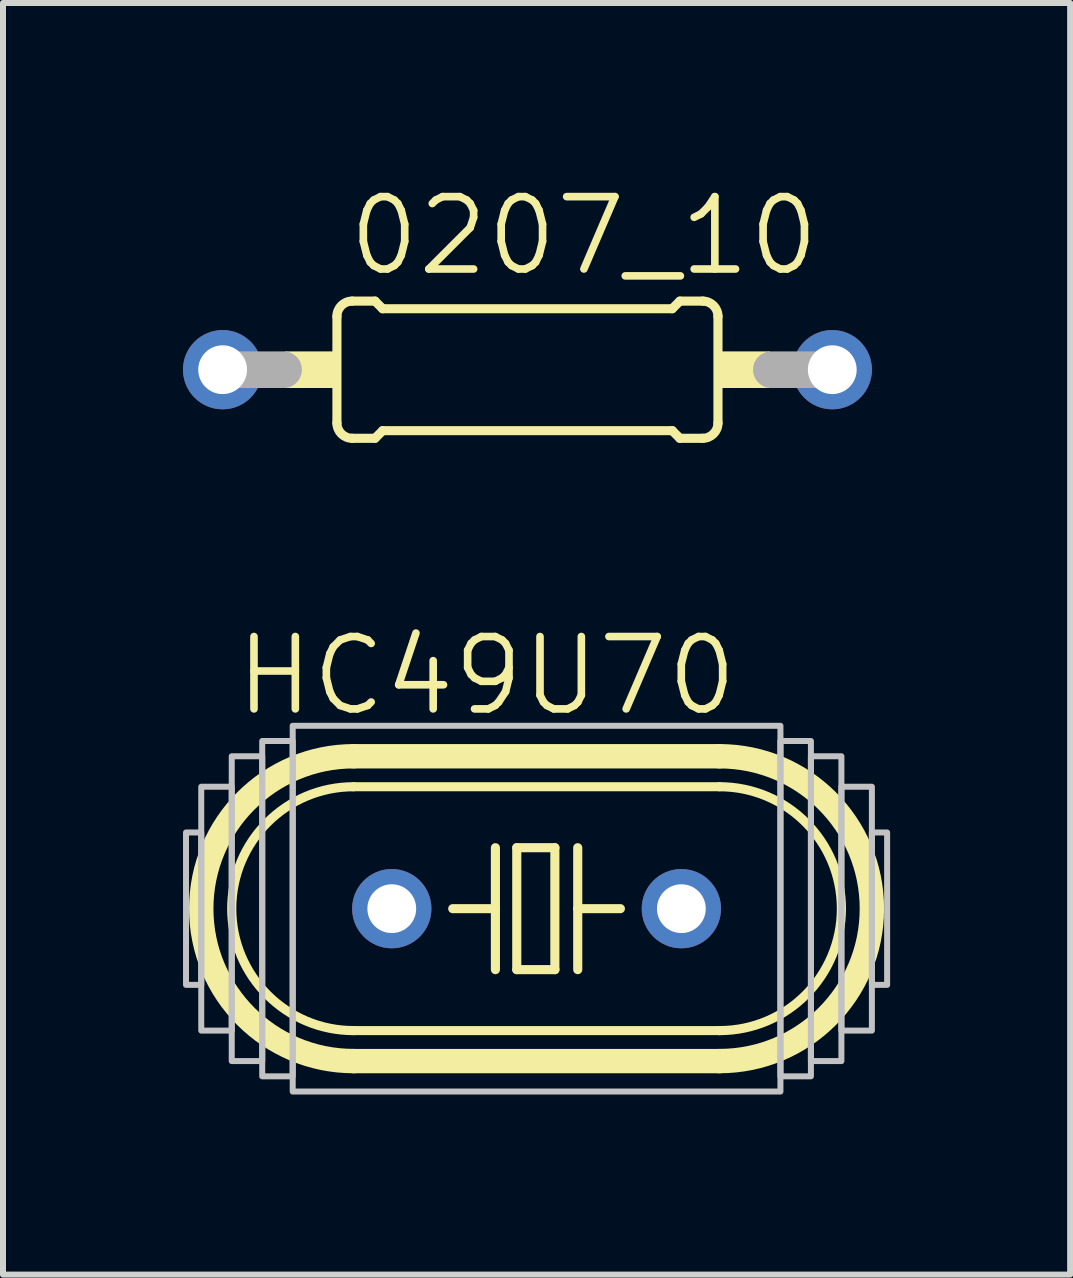
<source format=kicad_pcb>
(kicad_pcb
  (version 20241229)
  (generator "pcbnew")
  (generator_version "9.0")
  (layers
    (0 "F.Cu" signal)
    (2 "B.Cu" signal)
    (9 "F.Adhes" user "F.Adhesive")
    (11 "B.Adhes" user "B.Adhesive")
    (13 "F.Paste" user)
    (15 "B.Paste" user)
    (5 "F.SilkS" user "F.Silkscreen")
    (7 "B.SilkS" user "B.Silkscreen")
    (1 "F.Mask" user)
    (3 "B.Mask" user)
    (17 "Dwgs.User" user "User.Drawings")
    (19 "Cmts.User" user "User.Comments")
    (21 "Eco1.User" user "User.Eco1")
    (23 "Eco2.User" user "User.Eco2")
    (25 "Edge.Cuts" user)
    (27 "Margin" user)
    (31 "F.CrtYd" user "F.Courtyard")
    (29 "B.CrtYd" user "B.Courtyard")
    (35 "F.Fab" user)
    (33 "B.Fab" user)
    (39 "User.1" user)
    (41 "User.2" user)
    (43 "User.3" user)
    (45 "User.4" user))
  (footprint "0207_10"
    (layer "F.Cu")
    (at 5.74 3.111)
    (property "Reference" "0207_10" (at -3.048 -1.524 0) (layer "F.SilkS") (effects (font (size 1.206 1.206) (thickness 0.127)) (justify left bottom)))
    (attr through_hole)
    (fp_line (start -3.175 0.889) (end -3.175 -0.889) (stroke (width 0.152) (type solid)) (layer "F.SilkS"))
    (fp_line (start -2.921 -1.143) (end -2.54 -1.143) (stroke (width 0.152) (type solid)) (layer "F.SilkS"))
    (fp_line (start -2.921 1.143) (end -2.54 1.143) (stroke (width 0.152) (type solid)) (layer "F.SilkS"))
    (fp_line (start -2.413 -1.016) (end -2.54 -1.143) (stroke (width 0.152) (type solid)) (layer "F.SilkS"))
    (fp_line (start -2.413 1.016) (end -2.54 1.143) (stroke (width 0.152) (type solid)) (layer "F.SilkS"))
    (fp_line (start 2.413 -1.016) (end -2.413 -1.016) (stroke (width 0.152) (type solid)) (layer "F.SilkS"))
    (fp_line (start 2.413 -1.016) (end 2.54 -1.143) (stroke (width 0.152) (type solid)) (layer "F.SilkS"))
    (fp_line (start 2.413 1.016) (end -2.413 1.016) (stroke (width 0.152) (type solid)) (layer "F.SilkS"))
    (fp_line (start 2.413 1.016) (end 2.54 1.143) (stroke (width 0.152) (type solid)) (layer "F.SilkS"))
    (fp_line (start 2.921 -1.143) (end 2.54 -1.143) (stroke (width 0.152) (type solid)) (layer "F.SilkS"))
    (fp_line (start 2.921 1.143) (end 2.54 1.143) (stroke (width 0.152) (type solid)) (layer "F.SilkS"))
    (fp_line (start 3.175 0.889) (end 3.175 -0.889) (stroke (width 0.152) (type solid)) (layer "F.SilkS"))
    (fp_arc (start -3.175 -0.889) (mid -3.100605 -1.068605) (end -2.921 -1.143) (stroke (width 0.1524) (type solid)) (layer "F.SilkS"))
    (fp_arc (start -2.921 1.143) (mid -3.100605 1.068605) (end -3.175 0.889) (stroke (width 0.1524) (type solid)) (layer "F.SilkS"))
    (fp_arc (start 2.921 -1.143) (mid 3.100605 -1.068605) (end 3.175 -0.889) (stroke (width 0.1524) (type solid)) (layer "F.SilkS"))
    (fp_arc (start 3.175 0.889) (mid 3.100605 1.068605) (end 2.921 1.143) (stroke (width 0.1524) (type solid)) (layer "F.SilkS"))
    (fp_poly (pts (xy -4.039 0.305) (xy -3.175 0.305) (xy -3.175 -0.305) (xy -4.039 -0.305)) (stroke (width 0) (type solid)) (fill yes) (layer "F.SilkS"))
    (fp_poly (pts (xy 3.175 0.305) (xy 4.039 0.305) (xy 4.039 -0.305) (xy 3.175 -0.305)) (stroke (width 0) (type solid)) (fill yes) (layer "F.SilkS"))
    (fp_line (start -5.08 0) (end -4.064 0) (stroke (width 0.61) (type solid)) (layer "F.Fab"))
    (fp_line (start 5.08 0) (end 4.064 0) (stroke (width 0.61) (type solid)) (layer "F.Fab"))
    (pad "1" thru_hole circle (at -5.08 0) (size 1.321 1.321) (drill 0.813) (layers "*.Cu" "*.Mask"))
    (pad "2" thru_hole circle (at 5.08 0) (size 1.321 1.321) (drill 0.813) (layers "*.Cu" "*.Mask")))
  (footprint "HC49U70"
    (layer "F.Cu")
    (at 5.892 12.093)
    (property "Reference" "HC49U70" (at -5.08 -3.175 0) (layer "F.SilkS") (effects (font (size 1.206 1.206) (thickness 0.127)) (justify left bottom)))
    (attr through_hole)
    (fp_line (start -3.048 -2.54) (end 3.048 -2.54) (stroke (width 0.406) (type solid)) (layer "F.SilkS"))
    (fp_line (start -3.048 2.032) (end 3.048 2.032) (stroke (width 0.152) (type solid)) (layer "F.SilkS"))
    (fp_line (start -3.048 2.54) (end 3.048 2.54) (stroke (width 0.406) (type solid)) (layer "F.SilkS"))
    (fp_line (start -0.686 -1.016) (end -0.686 0) (stroke (width 0.152) (type solid)) (layer "F.SilkS"))
    (fp_line (start -0.686 0) (end -1.397 0) (stroke (width 0.152) (type solid)) (layer "F.SilkS"))
    (fp_line (start -0.686 0) (end -0.686 1.016) (stroke (width 0.152) (type solid)) (layer "F.SilkS"))
    (fp_line (start -0.33 -1.016) (end -0.33 1.016) (stroke (width 0.152) (type solid)) (layer "F.SilkS"))
    (fp_line (start -0.33 1.016) (end 0.305 1.016) (stroke (width 0.152) (type solid)) (layer "F.SilkS"))
    (fp_line (start 0.305 -1.016) (end -0.33 -1.016) (stroke (width 0.152) (type solid)) (layer "F.SilkS"))
    (fp_line (start 0.305 1.016) (end 0.305 -1.016) (stroke (width 0.152) (type solid)) (layer "F.SilkS"))
    (fp_line (start 0.686 -1.016) (end 0.686 0) (stroke (width 0.152) (type solid)) (layer "F.SilkS"))
    (fp_line (start 0.686 0) (end 0.686 1.016) (stroke (width 0.152) (type solid)) (layer "F.SilkS"))
    (fp_line (start 0.686 0) (end 1.397 0) (stroke (width 0.152) (type solid)) (layer "F.SilkS"))
    (fp_line (start 3.048 -2.032) (end -3.048 -2.032) (stroke (width 0.152) (type solid)) (layer "F.SilkS"))
    (fp_arc (start -3.048 2.032) (mid -5.08 0) (end -3.048 -2.032) (stroke (width 0.1524) (type solid)) (layer "F.SilkS"))
    (fp_arc (start -3.048 2.54) (mid -5.588 0) (end -3.048 -2.54) (stroke (width 0.4064) (type solid)) (layer "F.SilkS"))
    (fp_arc (start 3.048 -2.54) (mid 5.588 0) (end 3.048 2.54) (stroke (width 0.4064) (type solid)) (layer "F.SilkS"))
    (fp_arc (start 3.048 -2.032) (mid 5.08 0) (end 3.048 2.032) (stroke (width 0.1524) (type solid)) (layer "F.SilkS"))
    (fp_poly (pts (xy -5.842 1.27) (xy -5.588 1.27) (xy -5.588 -1.27) (xy -5.842 -1.27)) (stroke (width 0.1) (type solid)) (fill no) (layer "Dwgs.User"))
    (fp_poly (pts (xy -5.588 2.032) (xy -5.08 2.032) (xy -5.08 -2.032) (xy -5.588 -2.032)) (stroke (width 0.1) (type solid)) (fill no) (layer "Dwgs.User"))
    (fp_poly (pts (xy -5.08 2.54) (xy -4.572 2.54) (xy -4.572 -2.54) (xy -5.08 -2.54)) (stroke (width 0.1) (type solid)) (fill no) (layer "Dwgs.User"))
    (fp_poly (pts (xy -4.572 2.794) (xy -4.064 2.794) (xy -4.064 -2.794) (xy -4.572 -2.794)) (stroke (width 0.1) (type solid)) (fill no) (layer "Dwgs.User"))
    (fp_poly (pts (xy -4.064 3.048) (xy 4.064 3.048) (xy 4.064 -3.048) (xy -4.064 -3.048)) (stroke (width 0.1) (type solid)) (fill no) (layer "Dwgs.User"))
    (fp_poly (pts (xy 4.064 2.794) (xy 4.572 2.794) (xy 4.572 -2.794) (xy 4.064 -2.794)) (stroke (width 0.1) (type solid)) (fill no) (layer "Dwgs.User"))
    (fp_poly (pts (xy 4.572 2.54) (xy 5.08 2.54) (xy 5.08 -2.54) (xy 4.572 -2.54)) (stroke (width 0.1) (type solid)) (fill no) (layer "Dwgs.User"))
    (fp_poly (pts (xy 5.08 2.032) (xy 5.588 2.032) (xy 5.588 -2.032) (xy 5.08 -2.032)) (stroke (width 0.1) (type solid)) (fill no) (layer "Dwgs.User"))
    (fp_poly (pts (xy 5.588 1.27) (xy 5.842 1.27) (xy 5.842 -1.27) (xy 5.588 -1.27)) (stroke (width 0.1) (type solid)) (fill no) (layer "Dwgs.User"))
    (pad "1" thru_hole circle (at -2.413 0) (size 1.321 1.321) (drill 0.813) (layers "*.Cu" "*.Mask"))
    (pad "2" thru_hole circle (at 2.413 0) (size 1.321 1.321) (drill 0.813) (layers "*.Cu" "*.Mask")))
  (gr_rect
    (start -3 -3)
    (end 14.784 18.191)
    (stroke (width 0.1) (type default))
    (fill no)
    (layer "Edge.Cuts")))
</source>
